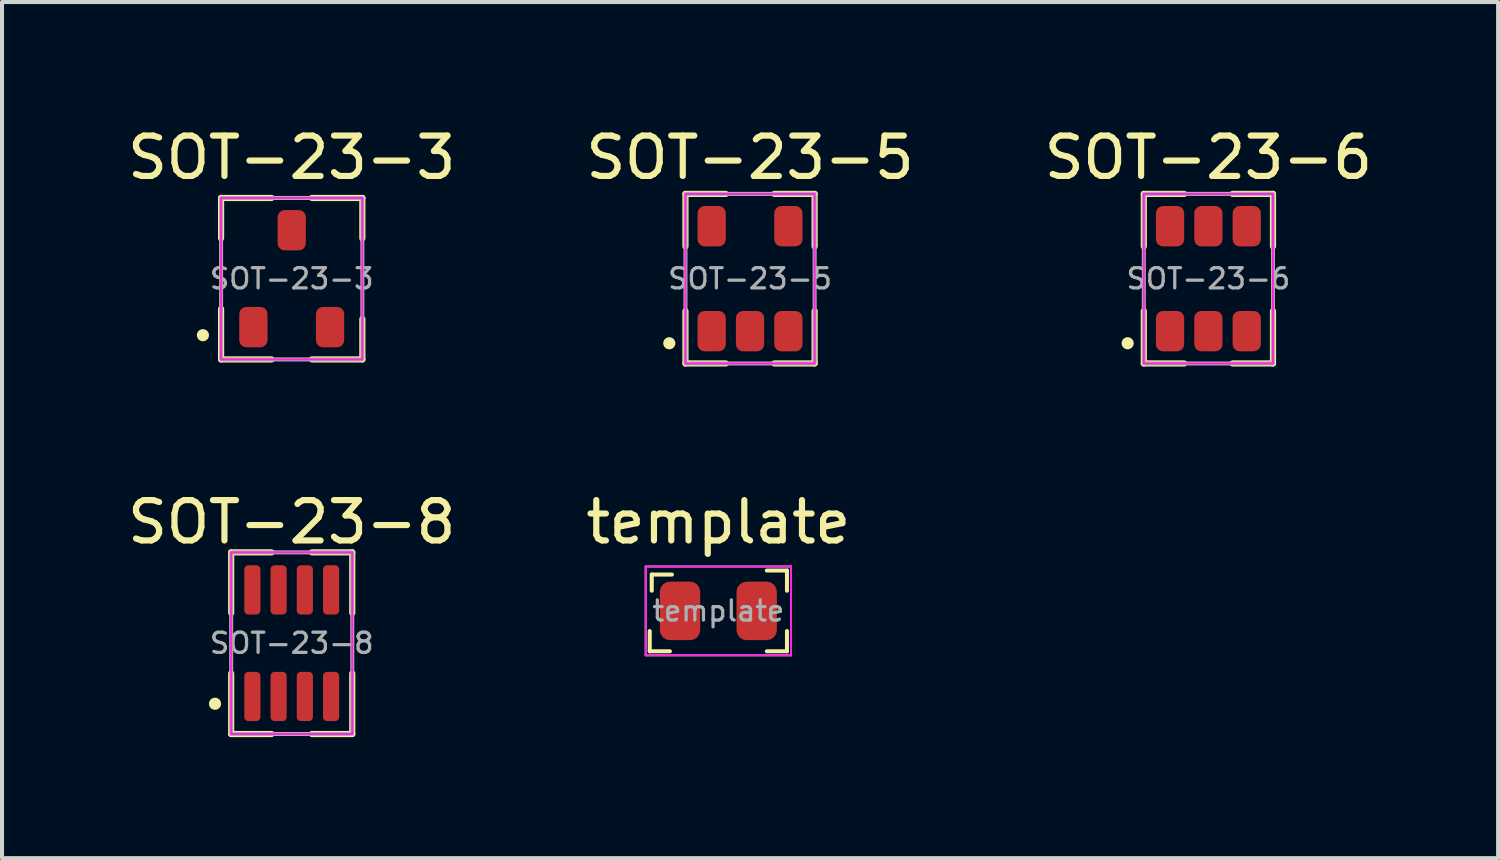
<source format=kicad_pcb>
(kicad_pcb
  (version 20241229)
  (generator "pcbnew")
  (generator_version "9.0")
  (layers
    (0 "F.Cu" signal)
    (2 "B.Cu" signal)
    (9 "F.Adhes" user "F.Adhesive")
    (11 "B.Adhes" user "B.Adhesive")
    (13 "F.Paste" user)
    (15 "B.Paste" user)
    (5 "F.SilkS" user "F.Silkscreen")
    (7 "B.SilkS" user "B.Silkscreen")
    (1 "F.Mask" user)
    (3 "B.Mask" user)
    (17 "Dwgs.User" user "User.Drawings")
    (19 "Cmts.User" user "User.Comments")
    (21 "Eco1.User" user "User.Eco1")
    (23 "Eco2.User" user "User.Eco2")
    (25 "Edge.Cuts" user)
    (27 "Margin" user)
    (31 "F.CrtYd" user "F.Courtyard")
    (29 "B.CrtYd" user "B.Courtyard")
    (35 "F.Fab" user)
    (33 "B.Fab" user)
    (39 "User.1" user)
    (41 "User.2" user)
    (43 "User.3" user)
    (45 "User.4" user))
  (footprint "SOT-23-6"
    (layer "F.Cu")
    (at 26.886 3.854)
    (property "Reference" "SOT-23-6" (at 0 -3 0) (layer "F.SilkS") (effects (font (size 1 1) (thickness 0.153))))
    (attr smd)
    (fp_line (start -1.6 -2.1) (end -1.6 -0.8) (stroke (width 0.153) (type default)) (layer "F.SilkS"))
    (fp_line (start -1.6 -2.1) (end -0.6 -2.1) (stroke (width 0.153) (type default)) (layer "F.SilkS"))
    (fp_line (start -1.6 2.1) (end -1.6 0.8) (stroke (width 0.153) (type default)) (layer "F.SilkS"))
    (fp_line (start -1.6 2.1) (end -0.6 2.1) (stroke (width 0.153) (type default)) (layer "F.SilkS"))
    (fp_line (start 0.6 -2.1) (end 1.6 -2.1) (stroke (width 0.153) (type default)) (layer "F.SilkS"))
    (fp_line (start 0.6 2.1) (end 1.6 2.1) (stroke (width 0.153) (type default)) (layer "F.SilkS"))
    (fp_line (start 1.6 -2.1) (end 1.6 -0.8) (stroke (width 0.153) (type default)) (layer "F.SilkS"))
    (fp_line (start 1.6 2.1) (end 1.6 0.8) (stroke (width 0.153) (type default)) (layer "F.SilkS"))
    (fp_circle (center -2 1.6) (end -1.9 1.6) (stroke (width 0.1) (type solid)) (fill yes) (layer "F.SilkS"))
    (fp_poly (pts (xy 1.6 2.1) (xy -1.6 2.1) (xy -1.6 -2.1) (xy 1.6 -2.1)) (stroke (width 0.05) (type default)) (fill no) (layer "F.CrtYd"))
    (fp_rect (start -1.6 -2.1) (end 1.6 2.1) (stroke (width 0.1) (type default)) (fill no) (layer "F.Fab"))
    (fp_text user "${REFERENCE}" (at 0 0 0) (layer "F.Fab") (effects (font (size 0.5 0.5) (thickness 0.08))))
    (pad "1" smd roundrect (at -0.95 1.3 180) (size 0.7 1) (layers "F.Cu" "F.Mask" "F.Paste") (roundrect_rratio 0.25))
    (pad "2" smd roundrect (at 0 1.3 180) (size 0.7 1) (layers "F.Cu" "F.Mask" "F.Paste") (roundrect_rratio 0.25))
    (pad "3" smd roundrect (at 0.95 1.3 180) (size 0.7 1) (layers "F.Cu" "F.Mask" "F.Paste") (roundrect_rratio 0.25))
    (pad "4" smd roundrect (at 0.95 -1.3 180) (size 0.7 1) (layers "F.Cu" "F.Mask" "F.Paste") (roundrect_rratio 0.25))
    (pad "5" smd roundrect (at 0 -1.3 180) (size 0.7 1) (layers "F.Cu" "F.Mask" "F.Paste") (roundrect_rratio 0.25))
    (pad "6" smd roundrect (at -0.95 -1.3 180) (size 0.7 1) (layers "F.Cu" "F.Mask" "F.Paste") (roundrect_rratio 0.25)))
  (footprint "SOT-23-8"
    (layer "F.Cu")
    (at 4.177 12.884)
    (property "Reference" "SOT-23-8" (at 0 -3 0) (layer "F.SilkS") (effects (font (size 1 1) (thickness 0.153))))
    (attr smd)
    (fp_line (start -1.5 -2.25) (end -1.5 -0.75) (stroke (width 0.153) (type default)) (layer "F.SilkS"))
    (fp_line (start -1.5 -2.25) (end -0.5 -2.25) (stroke (width 0.153) (type default)) (layer "F.SilkS"))
    (fp_line (start -1.5 2.25) (end -1.5 0.75) (stroke (width 0.153) (type default)) (layer "F.SilkS"))
    (fp_line (start -0.5 2.25) (end -1.5 2.25) (stroke (width 0.153) (type default)) (layer "F.SilkS"))
    (fp_line (start 0.5 -2.25) (end 1.5 -2.25) (stroke (width 0.153) (type default)) (layer "F.SilkS"))
    (fp_line (start 1.5 -0.75) (end 1.5 -2.25) (stroke (width 0.153) (type default)) (layer "F.SilkS"))
    (fp_line (start 1.5 2.25) (end 0.5 2.25) (stroke (width 0.153) (type default)) (layer "F.SilkS"))
    (fp_line (start 1.5 2.25) (end 1.5 0.75) (stroke (width 0.153) (type default)) (layer "F.SilkS"))
    (fp_circle (center -1.9 1.5) (end -1.8 1.5) (stroke (width 0.1) (type solid)) (fill yes) (layer "F.SilkS"))
    (fp_rect (start -1.5 -2.25) (end 1.5 2.25) (stroke (width 0.05) (type default)) (fill no) (layer "F.CrtYd"))
    (fp_rect (start -1.5 -2.25) (end 1.5 2.25) (stroke (width 0.1) (type default)) (fill no) (layer "F.Fab"))
    (fp_text user "${REFERENCE}" (at 0 0 0) (layer "F.Fab") (effects (font (size 0.5 0.5) (thickness 0.08))))
    (pad "1" smd roundrect (at -0.975 1.32 180) (size 0.4 1.22) (layers "F.Cu" "F.Mask" "F.Paste") (roundrect_rratio 0.25))
    (pad "2" smd roundrect (at -0.325 1.32 180) (size 0.4 1.22) (layers "F.Cu" "F.Mask" "F.Paste") (roundrect_rratio 0.25))
    (pad "3" smd roundrect (at 0.325 1.32 180) (size 0.4 1.22) (layers "F.Cu" "F.Mask" "F.Paste") (roundrect_rratio 0.25))
    (pad "4" smd roundrect (at 0.975 1.32 180) (size 0.4 1.22) (layers "F.Cu" "F.Mask" "F.Paste") (roundrect_rratio 0.25))
    (pad "5" smd roundrect (at 0.975 -1.32 180) (size 0.4 1.22) (layers "F.Cu" "F.Mask" "F.Paste") (roundrect_rratio 0.25))
    (pad "6" smd roundrect (at 0.325 -1.32 180) (size 0.4 1.22) (layers "F.Cu" "F.Mask" "F.Paste") (roundrect_rratio 0.25))
    (pad "7" smd roundrect (at -0.325 -1.32 180) (size 0.4 1.22) (layers "F.Cu" "F.Mask" "F.Paste") (roundrect_rratio 0.25))
    (pad "8" smd roundrect (at -0.975 -1.32 180) (size 0.4 1.22) (layers "F.Cu" "F.Mask" "F.Paste") (roundrect_rratio 0.25)))
  (footprint "SOT-23-3"
    (layer "F.Cu")
    (at 4.177 3.854)
    (property "Reference" "SOT-23-3" (at 0 -3 0) (layer "F.SilkS") (effects (font (size 1 1) (thickness 0.153))))
    (attr smd)
    (fp_line (start -1.75 -2) (end -1.75 -1) (stroke (width 0.153) (type default)) (layer "F.SilkS"))
    (fp_line (start -1.75 -2) (end -0.5 -2) (stroke (width 0.153) (type default)) (layer "F.SilkS"))
    (fp_line (start -1.75 0.75) (end -1.75 2) (stroke (width 0.153) (type default)) (layer "F.SilkS"))
    (fp_line (start -1.75 2) (end -0.5 2) (stroke (width 0.153) (type default)) (layer "F.SilkS"))
    (fp_line (start 0.5 2) (end 1.75 2) (stroke (width 0.153) (type default)) (layer "F.SilkS"))
    (fp_line (start 1.75 -2) (end 0.5 -2) (stroke (width 0.153) (type default)) (layer "F.SilkS"))
    (fp_line (start 1.75 -2) (end 1.75 -1) (stroke (width 0.153) (type default)) (layer "F.SilkS"))
    (fp_line (start 1.75 1) (end 1.75 2) (stroke (width 0.153) (type default)) (layer "F.SilkS"))
    (fp_circle (center -2.2 1.4) (end -2.1 1.4) (stroke (width 0.1) (type solid)) (fill yes) (layer "F.SilkS"))
    (fp_rect (start -1.75 -2) (end 1.75 2) (stroke (width 0.05) (type default)) (fill no) (layer "F.CrtYd"))
    (fp_rect (start -1.75 -2) (end 1.75 2) (stroke (width 0.1) (type default)) (fill no) (layer "F.Fab"))
    (fp_text user "${REFERENCE}" (at 0 0 0) (layer "F.Fab") (effects (font (size 0.5 0.5) (thickness 0.08))))
    (pad "1" smd roundrect (at -0.95 1.2 180) (size 0.7 1) (layers "F.Cu" "F.Mask" "F.Paste") (roundrect_rratio 0.25))
    (pad "2" smd roundrect (at 0.95 1.2 180) (size 0.7 1) (layers "F.Cu" "F.Mask" "F.Paste") (roundrect_rratio 0.25))
    (pad "3" smd roundrect (at 0 -1.2 180) (size 0.7 1) (layers "F.Cu" "F.Mask" "F.Paste") (roundrect_rratio 0.25)))
  (footprint "SOT-23-5"
    (layer "F.Cu")
    (at 15.531 3.854)
    (property "Reference" "SOT-23-5" (at 0 -3 0) (layer "F.SilkS") (effects (font (size 1 1) (thickness 0.153))))
    (attr smd)
    (fp_line (start -1.6 -2.1) (end -1.6 -0.8) (stroke (width 0.153) (type default)) (layer "F.SilkS"))
    (fp_line (start -1.6 -2.1) (end -0.6 -2.1) (stroke (width 0.153) (type default)) (layer "F.SilkS"))
    (fp_line (start -1.6 2.1) (end -1.6 0.8) (stroke (width 0.153) (type default)) (layer "F.SilkS"))
    (fp_line (start -1.6 2.1) (end -0.6 2.1) (stroke (width 0.153) (type default)) (layer "F.SilkS"))
    (fp_line (start 0.6 -2.1) (end 1.6 -2.1) (stroke (width 0.153) (type default)) (layer "F.SilkS"))
    (fp_line (start 0.6 2.1) (end 1.6 2.1) (stroke (width 0.153) (type default)) (layer "F.SilkS"))
    (fp_line (start 1.6 -2.1) (end 1.6 -0.8) (stroke (width 0.153) (type default)) (layer "F.SilkS"))
    (fp_line (start 1.6 2.1) (end 1.6 0.8) (stroke (width 0.153) (type default)) (layer "F.SilkS"))
    (fp_circle (center -2 1.6) (end -1.9 1.6) (stroke (width 0.1) (type solid)) (fill yes) (layer "F.SilkS"))
    (fp_poly (pts (xy 1.6 2.1) (xy -1.6 2.1) (xy -1.6 -2.1) (xy 1.6 -2.1)) (stroke (width 0.05) (type default)) (fill no) (layer "F.CrtYd"))
    (fp_rect (start -1.6 -2.1) (end 1.6 2.1) (stroke (width 0.1) (type default)) (fill no) (layer "F.Fab"))
    (fp_text user "${REFERENCE}" (at 0 0 0) (layer "F.Fab") (effects (font (size 0.5 0.5) (thickness 0.08))))
    (pad "1" smd roundrect (at -0.95 1.3 180) (size 0.7 1) (layers "F.Cu" "F.Mask" "F.Paste") (roundrect_rratio 0.25))
    (pad "2" smd roundrect (at 0 1.3 180) (size 0.7 1) (layers "F.Cu" "F.Mask" "F.Paste") (roundrect_rratio 0.25))
    (pad "3" smd roundrect (at 0.95 1.3 180) (size 0.7 1) (layers "F.Cu" "F.Mask" "F.Paste") (roundrect_rratio 0.25))
    (pad "4" smd roundrect (at 0.95 -1.3 180) (size 0.7 1) (layers "F.Cu" "F.Mask" "F.Paste") (roundrect_rratio 0.25))
    (pad "5" smd roundrect (at -0.95 -1.3 180) (size 0.7 1) (layers "F.Cu" "F.Mask" "F.Paste") (roundrect_rratio 0.25)))
  (footprint "template"
    (layer "F.Cu")
    (at 14.746 12.084)
    (property "Reference" "template" (at 0 -2.2 0) (layer "F.SilkS") (effects (font (size 1 1) (thickness 0.153))))
    (attr smd)
    (fp_line (start -1.7 0.5) (end -1.7 1) (stroke (width 0.1) (type default)) (layer "F.SilkS"))
    (fp_line (start -1.7 1) (end -1.2 1) (stroke (width 0.1) (type default)) (layer "F.SilkS"))
    (fp_line (start -1.65 -0.9) (end -1.15 -0.9) (stroke (width 0.1) (type default)) (layer "F.SilkS"))
    (fp_line (start -1.65 -0.5) (end -1.65 -0.9) (stroke (width 0.1) (type default)) (layer "F.SilkS"))
    (fp_line (start 1.7 -1) (end 1.2 -1) (stroke (width 0.1) (type default)) (layer "F.SilkS"))
    (fp_line (start 1.7 -0.5) (end 1.7 -1) (stroke (width 0.1) (type default)) (layer "F.SilkS"))
    (fp_line (start 1.7 0.5) (end 1.7 1) (stroke (width 0.1) (type default)) (layer "F.SilkS"))
    (fp_line (start 1.7 1) (end 1.2 1) (stroke (width 0.1) (type default)) (layer "F.SilkS"))
    (fp_line (start -1.8 -1.1) (end 1.8 -1.1) (stroke (width 0.05) (type default)) (layer "F.CrtYd"))
    (fp_line (start -1.8 1.1) (end -1.8 -1.1) (stroke (width 0.05) (type default)) (layer "F.CrtYd"))
    (fp_line (start 1.8 -1.1) (end 1.8 1.1) (stroke (width 0.05) (type default)) (layer "F.CrtYd"))
    (fp_line (start 1.8 1.1) (end -1.8 1.1) (stroke (width 0.05) (type default)) (layer "F.CrtYd"))
    (fp_line (start -1.8 -1.1) (end 1.8 -1.1) (stroke (width 0.05) (type default)) (layer "F.Fab"))
    (fp_line (start -1.8 1.1) (end -1.8 -1.1) (stroke (width 0.05) (type default)) (layer "F.Fab"))
    (fp_line (start 1.8 -1.1) (end 1.8 1.1) (stroke (width 0.05) (type default)) (layer "F.Fab"))
    (fp_line (start 1.8 1.1) (end -1.8 1.1) (stroke (width 0.05) (type default)) (layer "F.Fab"))
    (fp_text user "${REFERENCE}" (at 0 0 0) (layer "F.Fab") (effects (font (size 0.5 0.5) (thickness 0.08))))
    (pad "1" smd roundrect (at -0.95 0) (size 1 1.45) (layers "F.Cu" "F.Mask" "F.Paste") (roundrect_rratio 0.25))
    (pad "2" smd roundrect (at 0.95 0) (size 1 1.45) (layers "F.Cu" "F.Mask" "F.Paste") (roundrect_rratio 0.25)))
  (gr_rect
    (start -3 -3)
    (end 34.063 18.21)
    (stroke (width 0.1) (type default))
    (fill no)
    (layer "Edge.Cuts")))
</source>
